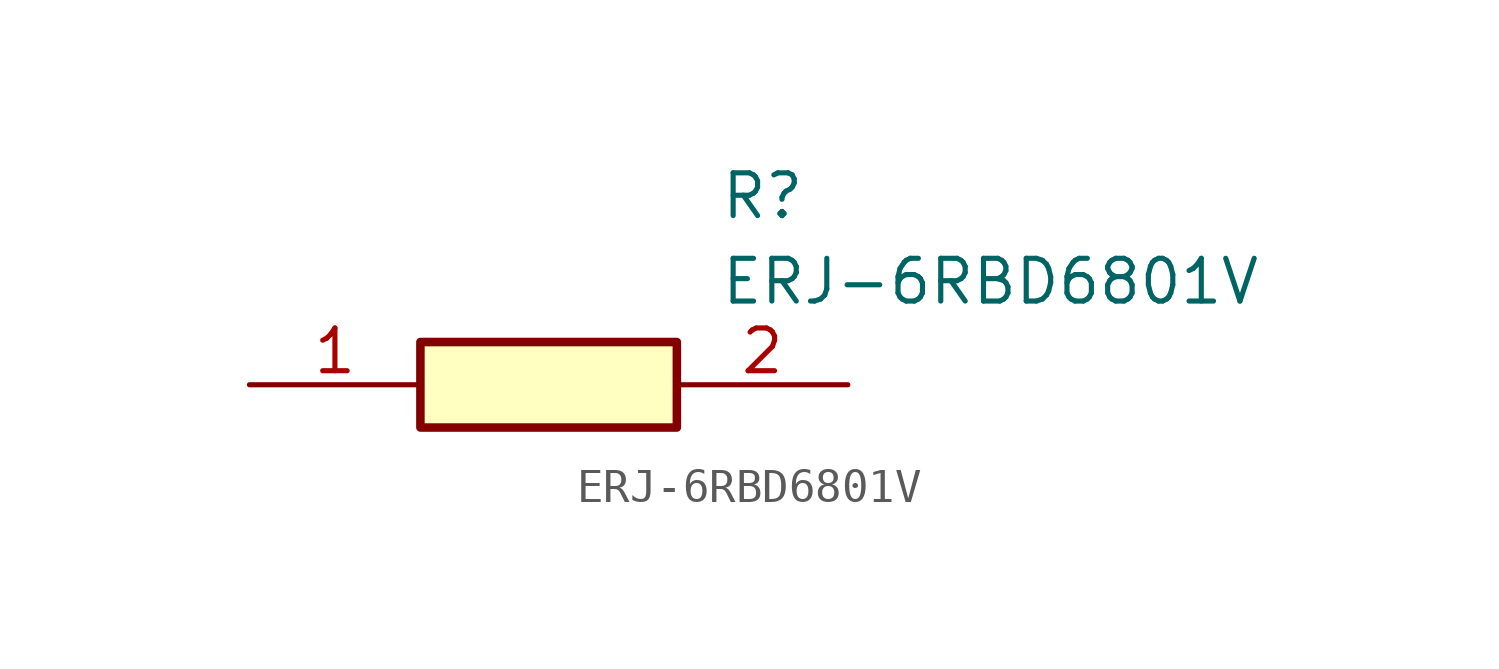
<source format=kicad_sym>
(kicad_symbol_lib
  (version 20211014)
  (generator SamacSys_ECAD_Model)
  (symbol "ERJ-6RBD6801V"
    (pin_names hide)
    (property "Reference" "R"
      (at 13.97 6.35 0)
      (effects (font (size 1.27 1.27)) (justify left top)))
    (property "Value" "ERJ-6RBD6801V"
      (at 13.97 3.81 0)
      (effects (font (size 1.27 1.27)) (justify left top)))
    (rectangle
      (start 5.08 1.27)
      (end 12.7 -1.27)
      (stroke (width 0.254) (type default))
      (fill (type background)))
    (pin passive line
      (at 0 0 0)
      (length 5.08)
      (name "1" (effects (font (size 1.27 1.27))))
      (number "1" (effects (font (size 1.27 1.27)))))
    (pin passive line
      (at 17.78 0 180)
      (length 5.08)
      (name "2" (effects (font (size 1.27 1.27))))
      (number "2" (effects (font (size 1.27 1.27)))))))
</source>
